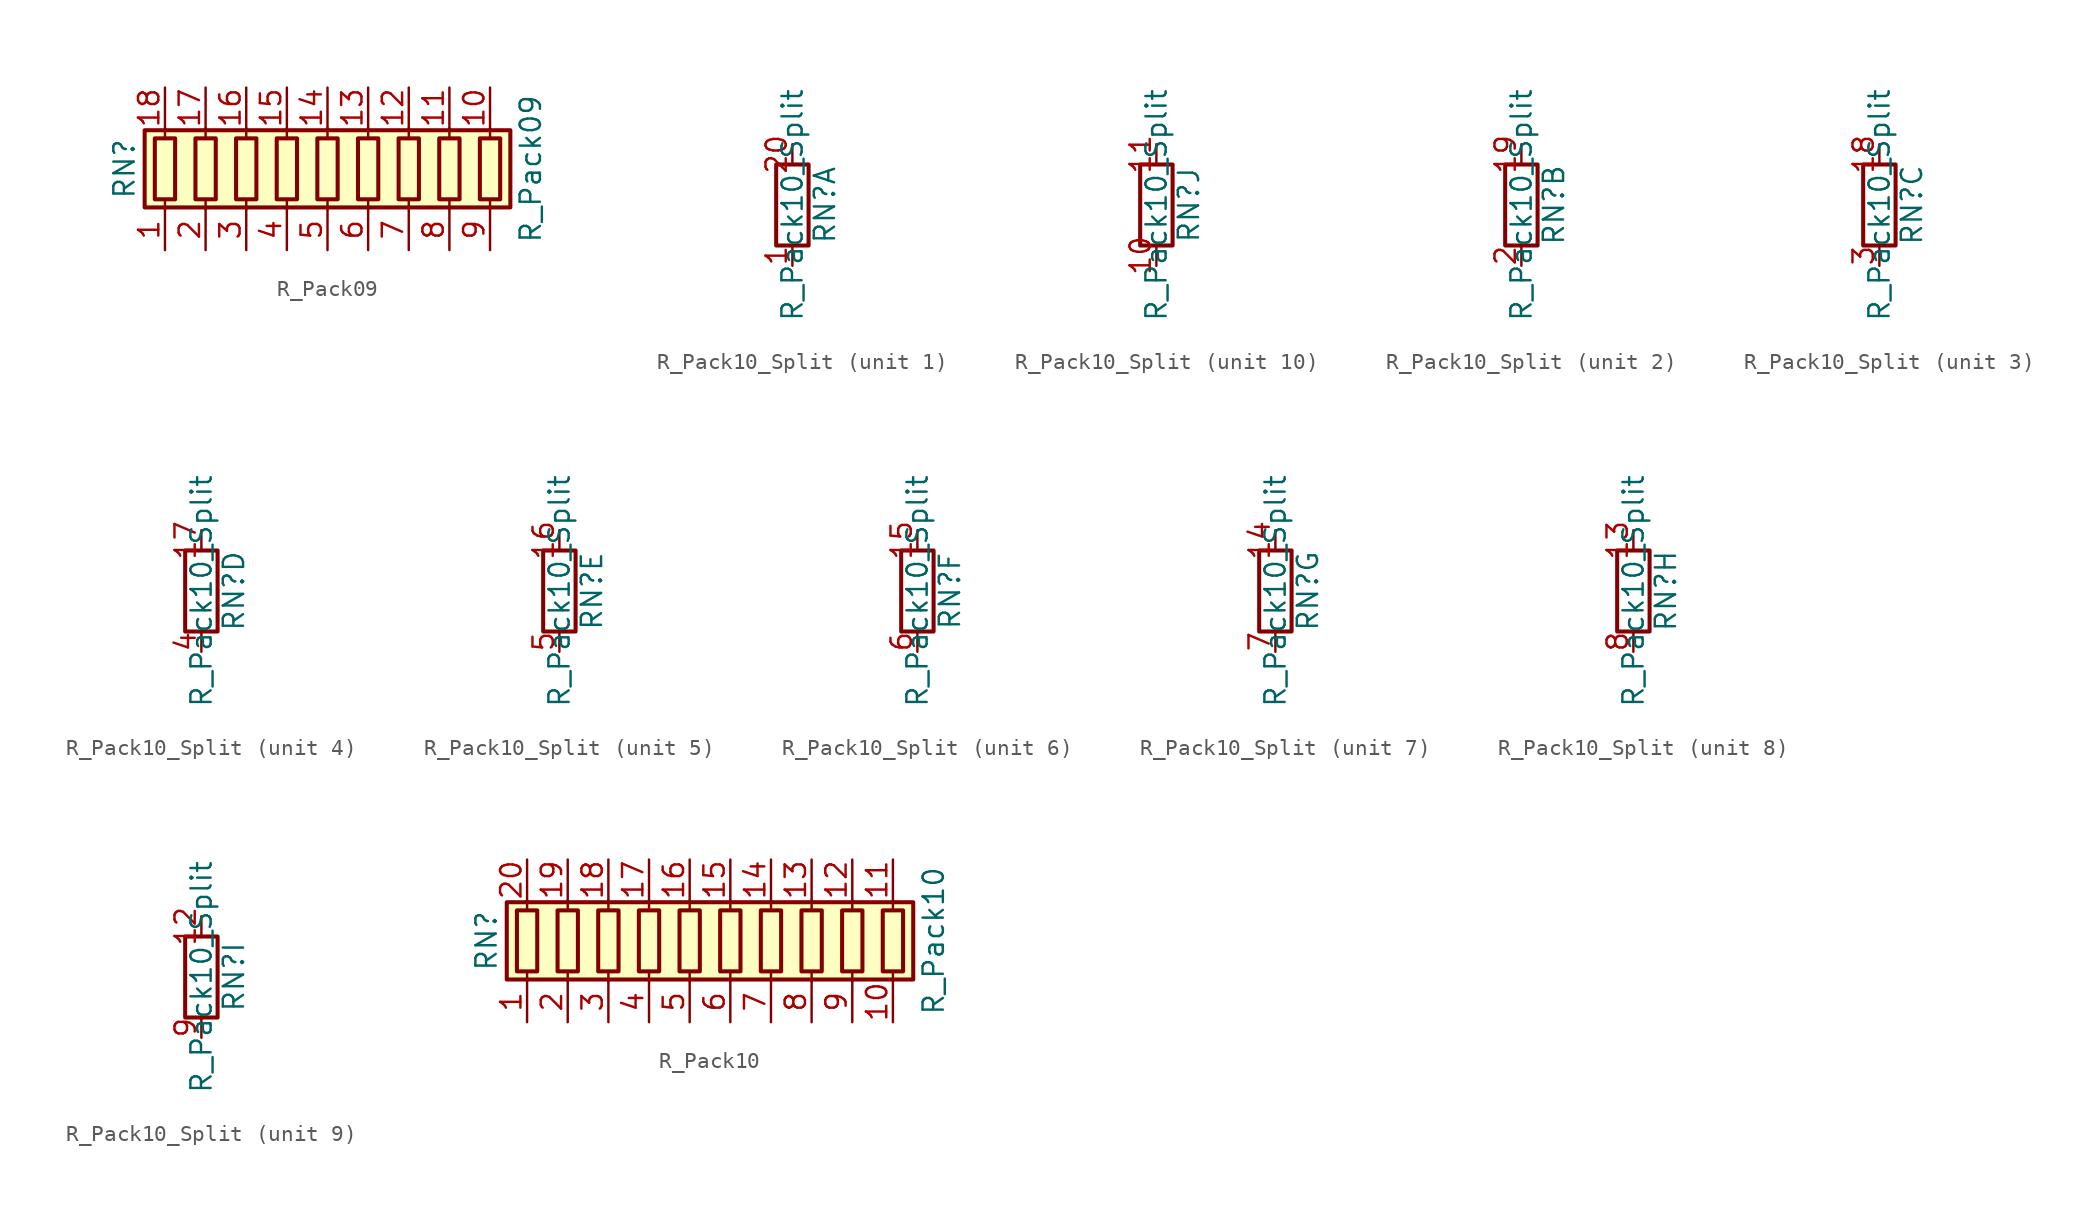
<source format=kicad_sym>
(kicad_symbol_lib
  (version 20241209)
  (generator "kicad_symbol_editor")
  (generator_version "9.0")
  (symbol "R_Pack09"
    (pin_names
      (offset 0)
      (hide yes))
    (property "Reference" "RN"
      (at -12.7 0 90)
      (effects (font (size 1.27 1.27))))
    (property "Value" "R_Pack09"
      (at 12.7 0 90)
      (effects (font (size 1.27 1.27))))
    (symbol "R_Pack09_0_1"
      (rectangle (start -11.43 -2.413) (end 11.43 2.413) (stroke (width 0.254) (type solid)) (fill (type background)))
      (rectangle (start -10.795 1.905) (end -9.525 -1.905) (stroke (width 0.254) (type solid)) (fill (type none)))
      (polyline (pts (xy -10.16 1.905) (xy -10.16 2.54)) (stroke (width 0) (type solid)) (fill (type none)))
      (polyline (pts (xy -10.16 -2.54) (xy -10.16 -1.905)) (stroke (width 0) (type solid)) (fill (type none)))
      (rectangle (start -8.255 1.905) (end -6.985 -1.905) (stroke (width 0.254) (type solid)) (fill (type none)))
      (polyline (pts (xy -7.62 1.905) (xy -7.62 2.54)) (stroke (width 0) (type solid)) (fill (type none)))
      (polyline (pts (xy -7.62 -2.54) (xy -7.62 -1.905)) (stroke (width 0) (type solid)) (fill (type none)))
      (rectangle (start -5.715 1.905) (end -4.445 -1.905) (stroke (width 0.254) (type solid)) (fill (type none)))
      (polyline (pts (xy -5.08 1.905) (xy -5.08 2.54)) (stroke (width 0) (type solid)) (fill (type none)))
      (polyline (pts (xy -5.08 -2.54) (xy -5.08 -1.905)) (stroke (width 0) (type solid)) (fill (type none)))
      (rectangle (start -3.175 1.905) (end -1.905 -1.905) (stroke (width 0.254) (type solid)) (fill (type none)))
      (polyline (pts (xy -2.54 1.905) (xy -2.54 2.54)) (stroke (width 0) (type solid)) (fill (type none)))
      (polyline (pts (xy -2.54 -2.54) (xy -2.54 -1.905)) (stroke (width 0) (type solid)) (fill (type none)))
      (rectangle (start -0.635 1.905) (end 0.635 -1.905) (stroke (width 0.254) (type solid)) (fill (type none)))
      (polyline (pts (xy 0 1.905) (xy 0 2.54)) (stroke (width 0) (type solid)) (fill (type none)))
      (polyline (pts (xy 0 -2.54) (xy 0 -1.905)) (stroke (width 0) (type solid)) (fill (type none)))
      (rectangle (start 1.905 1.905) (end 3.175 -1.905) (stroke (width 0.254) (type solid)) (fill (type none)))
      (polyline (pts (xy 2.54 1.905) (xy 2.54 2.54)) (stroke (width 0) (type solid)) (fill (type none)))
      (polyline (pts (xy 2.54 -2.54) (xy 2.54 -1.905)) (stroke (width 0) (type solid)) (fill (type none)))
      (rectangle (start 4.445 1.905) (end 5.715 -1.905) (stroke (width 0.254) (type solid)) (fill (type none)))
      (polyline (pts (xy 5.08 1.905) (xy 5.08 2.54)) (stroke (width 0) (type solid)) (fill (type none)))
      (polyline (pts (xy 5.08 -2.54) (xy 5.08 -1.905)) (stroke (width 0) (type solid)) (fill (type none)))
      (rectangle (start 6.985 1.905) (end 8.255 -1.905) (stroke (width 0.254) (type solid)) (fill (type none)))
      (polyline (pts (xy 7.62 1.905) (xy 7.62 2.54)) (stroke (width 0) (type solid)) (fill (type none)))
      (polyline (pts (xy 7.62 -2.54) (xy 7.62 -1.905)) (stroke (width 0) (type solid)) (fill (type none)))
      (rectangle (start 9.525 1.905) (end 10.795 -1.905) (stroke (width 0.254) (type solid)) (fill (type none)))
      (polyline (pts (xy 10.16 1.905) (xy 10.16 2.54)) (stroke (width 0) (type solid)) (fill (type none)))
      (polyline (pts (xy 10.16 -2.54) (xy 10.16 -1.905)) (stroke (width 0) (type solid)) (fill (type none))))
    (symbol "R_Pack09_1_1"
      (pin passive line (at -10.16 5.08 270) (length 2.54) (name "R1.2" (effects (font (size 1.27 1.27)))) (number "18" (effects (font (size 1.27 1.27)))))
      (pin passive line (at -10.16 -5.08 90) (length 2.54) (name "R1.1" (effects (font (size 1.27 1.27)))) (number "1" (effects (font (size 1.27 1.27)))))
      (pin passive line (at -7.62 5.08 270) (length 2.54) (name "R2.2" (effects (font (size 1.27 1.27)))) (number "17" (effects (font (size 1.27 1.27)))))
      (pin passive line (at -7.62 -5.08 90) (length 2.54) (name "R2.1" (effects (font (size 1.27 1.27)))) (number "2" (effects (font (size 1.27 1.27)))))
      (pin passive line (at -5.08 5.08 270) (length 2.54) (name "R3.2" (effects (font (size 1.27 1.27)))) (number "16" (effects (font (size 1.27 1.27)))))
      (pin passive line (at -5.08 -5.08 90) (length 2.54) (name "R3.1" (effects (font (size 1.27 1.27)))) (number "3" (effects (font (size 1.27 1.27)))))
      (pin passive line (at -2.54 5.08 270) (length 2.54) (name "R4.2" (effects (font (size 1.27 1.27)))) (number "15" (effects (font (size 1.27 1.27)))))
      (pin passive line (at -2.54 -5.08 90) (length 2.54) (name "R4.1" (effects (font (size 1.27 1.27)))) (number "4" (effects (font (size 1.27 1.27)))))
      (pin passive line (at 0 5.08 270) (length 2.54) (name "R5.2" (effects (font (size 1.27 1.27)))) (number "14" (effects (font (size 1.27 1.27)))))
      (pin passive line (at 0 -5.08 90) (length 2.54) (name "R5.1" (effects (font (size 1.27 1.27)))) (number "5" (effects (font (size 1.27 1.27)))))
      (pin passive line (at 2.54 5.08 270) (length 2.54) (name "R6.2" (effects (font (size 1.27 1.27)))) (number "13" (effects (font (size 1.27 1.27)))))
      (pin passive line (at 2.54 -5.08 90) (length 2.54) (name "R6.1" (effects (font (size 1.27 1.27)))) (number "6" (effects (font (size 1.27 1.27)))))
      (pin passive line (at 5.08 5.08 270) (length 2.54) (name "R7.2" (effects (font (size 1.27 1.27)))) (number "12" (effects (font (size 1.27 1.27)))))
      (pin passive line (at 5.08 -5.08 90) (length 2.54) (name "R7.1" (effects (font (size 1.27 1.27)))) (number "7" (effects (font (size 1.27 1.27)))))
      (pin passive line (at 7.62 5.08 270) (length 2.54) (name "R8.2" (effects (font (size 1.27 1.27)))) (number "11" (effects (font (size 1.27 1.27)))))
      (pin passive line (at 7.62 -5.08 90) (length 2.54) (name "R8.1" (effects (font (size 1.27 1.27)))) (number "8" (effects (font (size 1.27 1.27)))))
      (pin passive line (at 10.16 5.08 270) (length 2.54) (name "R9.2" (effects (font (size 1.27 1.27)))) (number "10" (effects (font (size 1.27 1.27)))))
      (pin passive line (at 10.16 -5.08 90) (length 2.54) (name "R9.1" (effects (font (size 1.27 1.27)))) (number "9" (effects (font (size 1.27 1.27)))))))
  (symbol "R_Pack10_Split"
    (pin_names
      (offset 0)
      (hide yes))
    (property "Reference" "RN"
      (at 2.032 0 90)
      (effects (font (size 1.27 1.27))))
    (property "Value" "R_Pack10_Split"
      (at 0 0 90)
      (effects (font (size 1.27 1.27))))
    (symbol "R_Pack10_Split_0_1"
      (rectangle (start 1.016 2.54) (end -1.016 -2.54) (stroke (width 0.254) (type solid)) (fill (type none))))
    (symbol "R_Pack10_Split_1_1"
      (pin passive line (at 0 3.81 270) (length 1.27) (name "R1.2" (effects (font (size 1.27 1.27)))) (number "20" (effects (font (size 1.27 1.27)))))
      (pin passive line (at 0 -3.81 90) (length 1.27) (name "R1.1" (effects (font (size 1.27 1.27)))) (number "1" (effects (font (size 1.27 1.27))))))
    (symbol "R_Pack10_Split_2_1"
      (pin passive line (at 0 3.81 270) (length 1.27) (name "R2.2" (effects (font (size 1.27 1.27)))) (number "19" (effects (font (size 1.27 1.27)))))
      (pin passive line (at 0 -3.81 90) (length 1.27) (name "R2.1" (effects (font (size 1.27 1.27)))) (number "2" (effects (font (size 1.27 1.27))))))
    (symbol "R_Pack10_Split_3_1"
      (pin passive line (at 0 3.81 270) (length 1.27) (name "R3.2" (effects (font (size 1.27 1.27)))) (number "18" (effects (font (size 1.27 1.27)))))
      (pin passive line (at 0 -3.81 90) (length 1.27) (name "R3.1" (effects (font (size 1.27 1.27)))) (number "3" (effects (font (size 1.27 1.27))))))
    (symbol "R_Pack10_Split_4_1"
      (pin passive line (at 0 3.81 270) (length 1.27) (name "R4.2" (effects (font (size 1.27 1.27)))) (number "17" (effects (font (size 1.27 1.27)))))
      (pin passive line (at 0 -3.81 90) (length 1.27) (name "R4.1" (effects (font (size 1.27 1.27)))) (number "4" (effects (font (size 1.27 1.27))))))
    (symbol "R_Pack10_Split_5_1"
      (pin passive line (at 0 3.81 270) (length 1.27) (name "R5.2" (effects (font (size 1.27 1.27)))) (number "16" (effects (font (size 1.27 1.27)))))
      (pin passive line (at 0 -3.81 90) (length 1.27) (name "R5.1" (effects (font (size 1.27 1.27)))) (number "5" (effects (font (size 1.27 1.27))))))
    (symbol "R_Pack10_Split_6_1"
      (pin passive line (at 0 3.81 270) (length 1.27) (name "R6.2" (effects (font (size 1.27 1.27)))) (number "15" (effects (font (size 1.27 1.27)))))
      (pin passive line (at 0 -3.81 90) (length 1.27) (name "R6.1" (effects (font (size 1.27 1.27)))) (number "6" (effects (font (size 1.27 1.27))))))
    (symbol "R_Pack10_Split_7_1"
      (pin passive line (at 0 3.81 270) (length 1.27) (name "R7.2" (effects (font (size 1.27 1.27)))) (number "14" (effects (font (size 1.27 1.27)))))
      (pin passive line (at 0 -3.81 90) (length 1.27) (name "R7.1" (effects (font (size 1.27 1.27)))) (number "7" (effects (font (size 1.27 1.27))))))
    (symbol "R_Pack10_Split_8_1"
      (pin passive line (at 0 3.81 270) (length 1.27) (name "R8.2" (effects (font (size 1.27 1.27)))) (number "13" (effects (font (size 1.27 1.27)))))
      (pin passive line (at 0 -3.81 90) (length 1.27) (name "R8.1" (effects (font (size 1.27 1.27)))) (number "8" (effects (font (size 1.27 1.27))))))
    (symbol "R_Pack10_Split_9_1"
      (pin passive line (at 0 3.81 270) (length 1.27) (name "R9.2" (effects (font (size 1.27 1.27)))) (number "12" (effects (font (size 1.27 1.27)))))
      (pin passive line (at 0 -3.81 90) (length 1.27) (name "R9.1" (effects (font (size 1.27 1.27)))) (number "9" (effects (font (size 1.27 1.27))))))
    (symbol "R_Pack10_Split_10_1"
      (pin passive line (at 0 3.81 270) (length 1.27) (name "R10.2" (effects (font (size 1.27 1.27)))) (number "11" (effects (font (size 1.27 1.27)))))
      (pin passive line (at 0 -3.81 90) (length 1.27) (name "R10.1" (effects (font (size 1.27 1.27)))) (number "10" (effects (font (size 1.27 1.27)))))))
  (symbol "R_Pack10"
    (pin_names
      (offset 0)
      (hide yes))
    (property "Reference" "RN"
      (at -15.24 0 90)
      (effects (font (size 1.27 1.27))))
    (property "Value" "R_Pack10"
      (at 12.7 0 90)
      (effects (font (size 1.27 1.27))))
    (symbol "R_Pack10_0_1"
      (rectangle (start -13.97 -2.413) (end 11.43 2.413) (stroke (width 0.254) (type solid)) (fill (type background)))
      (rectangle (start -13.335 1.905) (end -12.065 -1.905) (stroke (width 0.254) (type solid)) (fill (type none)))
      (polyline (pts (xy -12.7 1.905) (xy -12.7 2.54)) (stroke (width 0) (type solid)) (fill (type none)))
      (polyline (pts (xy -12.7 -2.54) (xy -12.7 -1.905)) (stroke (width 0) (type solid)) (fill (type none)))
      (rectangle (start -10.795 1.905) (end -9.525 -1.905) (stroke (width 0.254) (type solid)) (fill (type none)))
      (polyline (pts (xy -10.16 1.905) (xy -10.16 2.54)) (stroke (width 0) (type solid)) (fill (type none)))
      (polyline (pts (xy -10.16 -2.54) (xy -10.16 -1.905)) (stroke (width 0) (type solid)) (fill (type none)))
      (rectangle (start -8.255 1.905) (end -6.985 -1.905) (stroke (width 0.254) (type solid)) (fill (type none)))
      (polyline (pts (xy -7.62 1.905) (xy -7.62 2.54)) (stroke (width 0) (type solid)) (fill (type none)))
      (polyline (pts (xy -7.62 -2.54) (xy -7.62 -1.905)) (stroke (width 0) (type solid)) (fill (type none)))
      (rectangle (start -5.715 1.905) (end -4.445 -1.905) (stroke (width 0.254) (type solid)) (fill (type none)))
      (polyline (pts (xy -5.08 1.905) (xy -5.08 2.54)) (stroke (width 0) (type solid)) (fill (type none)))
      (polyline (pts (xy -5.08 -2.54) (xy -5.08 -1.905)) (stroke (width 0) (type solid)) (fill (type none)))
      (rectangle (start -3.175 1.905) (end -1.905 -1.905) (stroke (width 0.254) (type solid)) (fill (type none)))
      (polyline (pts (xy -2.54 1.905) (xy -2.54 2.54)) (stroke (width 0) (type solid)) (fill (type none)))
      (polyline (pts (xy -2.54 -2.54) (xy -2.54 -1.905)) (stroke (width 0) (type solid)) (fill (type none)))
      (rectangle (start -0.635 1.905) (end 0.635 -1.905) (stroke (width 0.254) (type solid)) (fill (type none)))
      (polyline (pts (xy 0 1.905) (xy 0 2.54)) (stroke (width 0) (type solid)) (fill (type none)))
      (polyline (pts (xy 0 -2.54) (xy 0 -1.905)) (stroke (width 0) (type solid)) (fill (type none)))
      (rectangle (start 1.905 1.905) (end 3.175 -1.905) (stroke (width 0.254) (type solid)) (fill (type none)))
      (polyline (pts (xy 2.54 1.905) (xy 2.54 2.54)) (stroke (width 0) (type solid)) (fill (type none)))
      (polyline (pts (xy 2.54 -2.54) (xy 2.54 -1.905)) (stroke (width 0) (type solid)) (fill (type none)))
      (rectangle (start 4.445 1.905) (end 5.715 -1.905) (stroke (width 0.254) (type solid)) (fill (type none)))
      (polyline (pts (xy 5.08 1.905) (xy 5.08 2.54)) (stroke (width 0) (type solid)) (fill (type none)))
      (polyline (pts (xy 5.08 -2.54) (xy 5.08 -1.905)) (stroke (width 0) (type solid)) (fill (type none)))
      (rectangle (start 6.985 1.905) (end 8.255 -1.905) (stroke (width 0.254) (type solid)) (fill (type none)))
      (polyline (pts (xy 7.62 1.905) (xy 7.62 2.54)) (stroke (width 0) (type solid)) (fill (type none)))
      (polyline (pts (xy 7.62 -2.54) (xy 7.62 -1.905)) (stroke (width 0) (type solid)) (fill (type none)))
      (rectangle (start 9.525 1.905) (end 10.795 -1.905) (stroke (width 0.254) (type solid)) (fill (type none)))
      (polyline (pts (xy 10.16 1.905) (xy 10.16 2.54)) (stroke (width 0) (type solid)) (fill (type none)))
      (polyline (pts (xy 10.16 -2.54) (xy 10.16 -1.905)) (stroke (width 0) (type solid)) (fill (type none))))
    (symbol "R_Pack10_1_1"
      (pin passive line (at -12.7 5.08 270) (length 2.54) (name "R1.2" (effects (font (size 1.27 1.27)))) (number "20" (effects (font (size 1.27 1.27)))))
      (pin passive line (at -12.7 -5.08 90) (length 2.54) (name "R1.1" (effects (font (size 1.27 1.27)))) (number "1" (effects (font (size 1.27 1.27)))))
      (pin passive line (at -10.16 5.08 270) (length 2.54) (name "R2.2" (effects (font (size 1.27 1.27)))) (number "19" (effects (font (size 1.27 1.27)))))
      (pin passive line (at -10.16 -5.08 90) (length 2.54) (name "R2.1" (effects (font (size 1.27 1.27)))) (number "2" (effects (font (size 1.27 1.27)))))
      (pin passive line (at -7.62 5.08 270) (length 2.54) (name "R3.2" (effects (font (size 1.27 1.27)))) (number "18" (effects (font (size 1.27 1.27)))))
      (pin passive line (at -7.62 -5.08 90) (length 2.54) (name "R3.1" (effects (font (size 1.27 1.27)))) (number "3" (effects (font (size 1.27 1.27)))))
      (pin passive line (at -5.08 5.08 270) (length 2.54) (name "R4.2" (effects (font (size 1.27 1.27)))) (number "17" (effects (font (size 1.27 1.27)))))
      (pin passive line (at -5.08 -5.08 90) (length 2.54) (name "R4.1" (effects (font (size 1.27 1.27)))) (number "4" (effects (font (size 1.27 1.27)))))
      (pin passive line (at -2.54 5.08 270) (length 2.54) (name "R5.2" (effects (font (size 1.27 1.27)))) (number "16" (effects (font (size 1.27 1.27)))))
      (pin passive line (at -2.54 -5.08 90) (length 2.54) (name "R5.1" (effects (font (size 1.27 1.27)))) (number "5" (effects (font (size 1.27 1.27)))))
      (pin passive line (at 0 5.08 270) (length 2.54) (name "R6.2" (effects (font (size 1.27 1.27)))) (number "15" (effects (font (size 1.27 1.27)))))
      (pin passive line (at 0 -5.08 90) (length 2.54) (name "R6.1" (effects (font (size 1.27 1.27)))) (number "6" (effects (font (size 1.27 1.27)))))
      (pin passive line (at 2.54 5.08 270) (length 2.54) (name "R7.2" (effects (font (size 1.27 1.27)))) (number "14" (effects (font (size 1.27 1.27)))))
      (pin passive line (at 2.54 -5.08 90) (length 2.54) (name "R7.1" (effects (font (size 1.27 1.27)))) (number "7" (effects (font (size 1.27 1.27)))))
      (pin passive line (at 5.08 5.08 270) (length 2.54) (name "R8.2" (effects (font (size 1.27 1.27)))) (number "13" (effects (font (size 1.27 1.27)))))
      (pin passive line (at 5.08 -5.08 90) (length 2.54) (name "R8.1" (effects (font (size 1.27 1.27)))) (number "8" (effects (font (size 1.27 1.27)))))
      (pin passive line (at 7.62 5.08 270) (length 2.54) (name "R9.2" (effects (font (size 1.27 1.27)))) (number "12" (effects (font (size 1.27 1.27)))))
      (pin passive line (at 7.62 -5.08 90) (length 2.54) (name "R9.1" (effects (font (size 1.27 1.27)))) (number "9" (effects (font (size 1.27 1.27)))))
      (pin passive line (at 10.16 5.08 270) (length 2.54) (name "R10.2" (effects (font (size 1.27 1.27)))) (number "11" (effects (font (size 1.27 1.27)))))
      (pin passive line (at 10.16 -5.08 90) (length 2.54) (name "R10.1" (effects (font (size 1.27 1.27)))) (number "10" (effects (font (size 1.27 1.27))))))))
</source>
